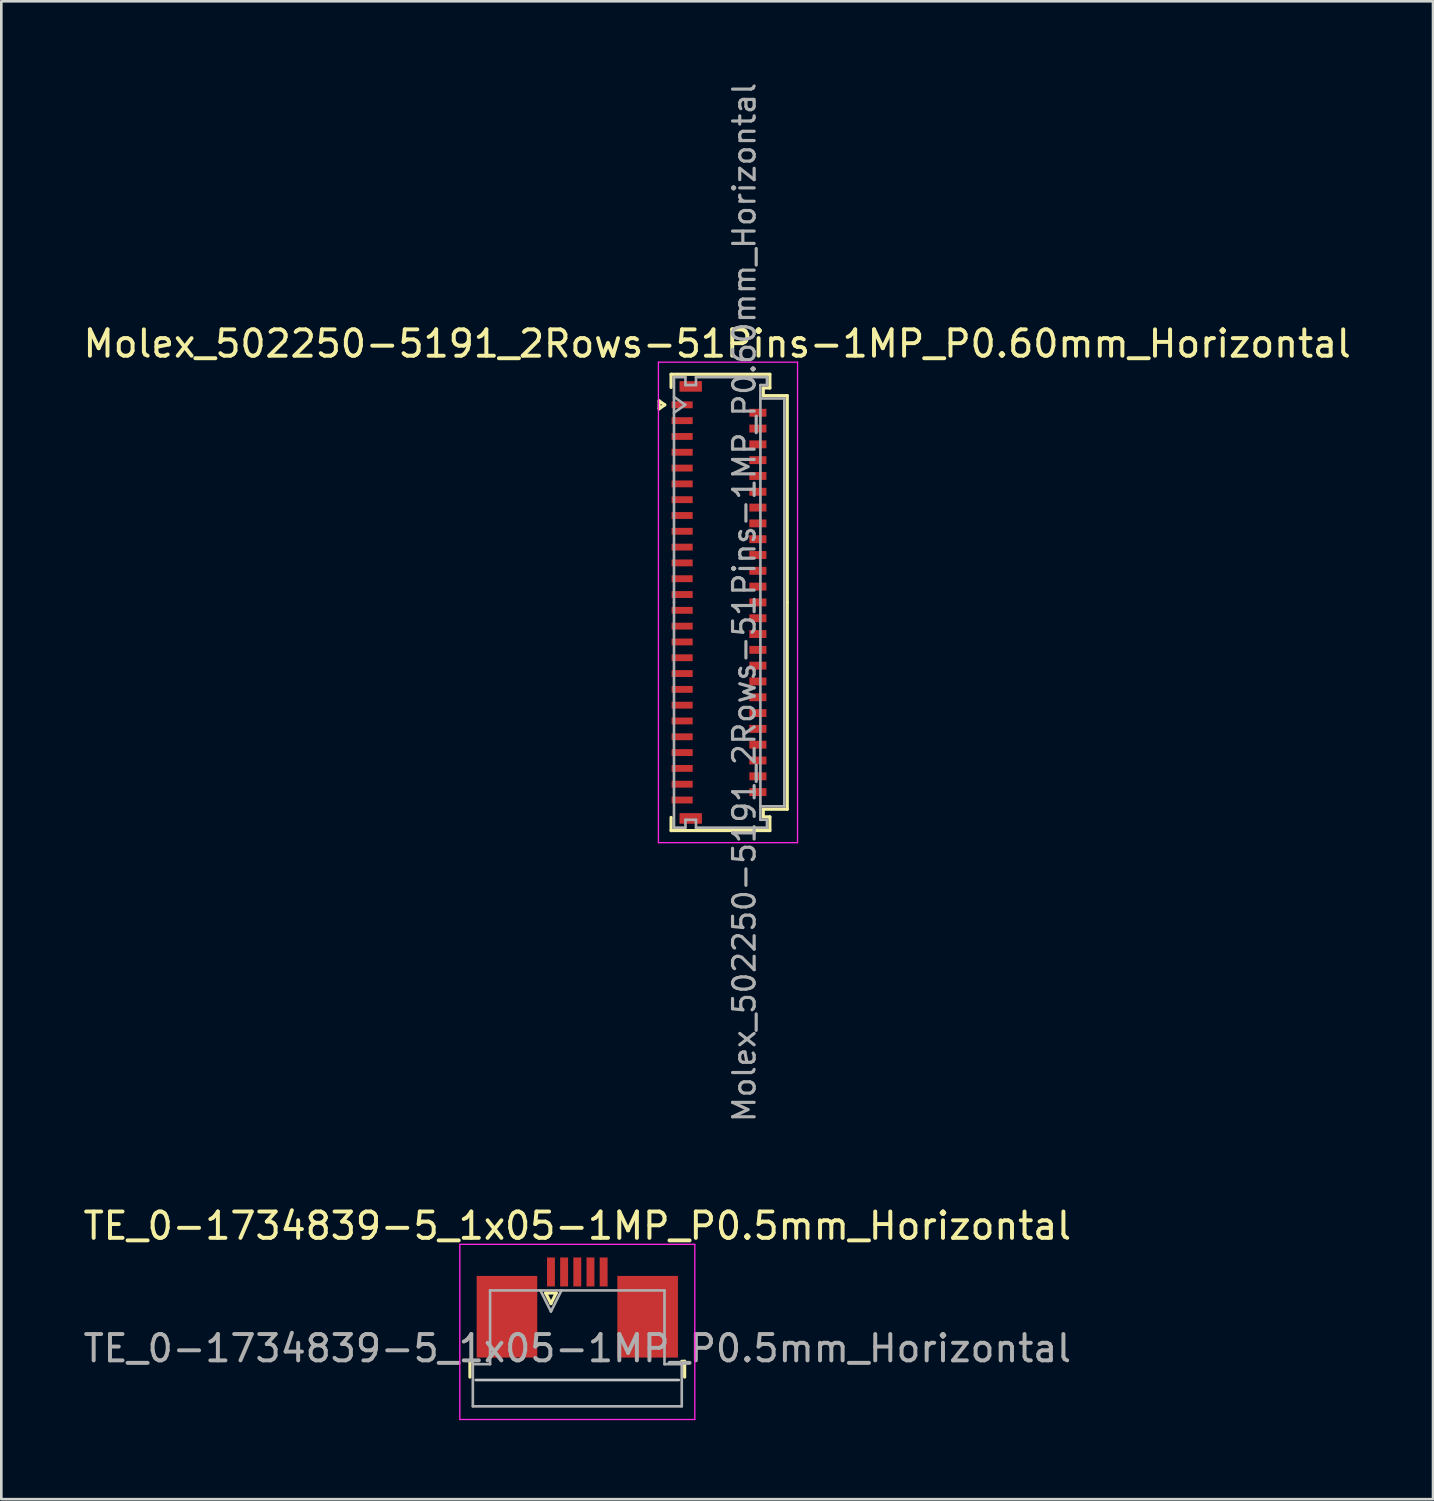
<source format=kicad_pcb>
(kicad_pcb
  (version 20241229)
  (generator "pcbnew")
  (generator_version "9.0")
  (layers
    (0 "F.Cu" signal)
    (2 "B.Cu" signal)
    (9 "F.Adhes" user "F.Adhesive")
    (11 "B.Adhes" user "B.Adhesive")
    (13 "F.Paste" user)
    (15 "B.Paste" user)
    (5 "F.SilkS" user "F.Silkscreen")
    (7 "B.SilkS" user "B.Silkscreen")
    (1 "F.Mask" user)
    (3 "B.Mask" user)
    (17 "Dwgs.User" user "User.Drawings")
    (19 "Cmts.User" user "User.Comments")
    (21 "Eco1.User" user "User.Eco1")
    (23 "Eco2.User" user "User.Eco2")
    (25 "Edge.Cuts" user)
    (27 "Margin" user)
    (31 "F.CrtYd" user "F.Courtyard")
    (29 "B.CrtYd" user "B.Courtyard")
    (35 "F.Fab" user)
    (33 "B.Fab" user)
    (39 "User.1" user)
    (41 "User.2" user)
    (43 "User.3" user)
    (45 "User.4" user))
  (footprint "TE_0-1734839-5_1x05-1MP_P0.5mm_Horizontal"
    (layer "F.Cu")
    (at 18.863 46.582)
    (property "Reference" "TE_0-1734839-5_1x05-1MP_P0.5mm_Horizontal" (at 0 -3.1 0) (layer "F.SilkS") (effects (font (size 1 1) (thickness 0.15))))
    (attr smd)
    (fp_line (start -4.075 2.04) (end -4.075 2.64) (stroke (width 0.12) (type solid)) (layer "F.SilkS"))
    (fp_line (start -3.965 2.04) (end -4.075 2.04) (stroke (width 0.12) (type solid)) (layer "F.SilkS"))
    (fp_line (start -1.2 -0.55) (end -1 -0.15) (stroke (width 0.12) (type solid)) (layer "F.SilkS"))
    (fp_line (start -1 -0.15) (end -0.8 -0.55) (stroke (width 0.12) (type solid)) (layer "F.SilkS"))
    (fp_line (start -0.8 -0.55) (end -1.2 -0.55) (stroke (width 0.12) (type solid)) (layer "F.SilkS"))
    (fp_line (start 3.965 2.04) (end 4.075 2.04) (stroke (width 0.12) (type solid)) (layer "F.SilkS"))
    (fp_line (start 4.075 2.04) (end 4.075 2.64) (stroke (width 0.12) (type solid)) (layer "F.SilkS"))
    (fp_line (start 3.855 2.75) (end -3.855 2.75) (stroke (width 0.1) (type solid)) (layer "Dwgs.User"))
    (fp_line (start -4.46 -2.4) (end -4.46 4.25) (stroke (width 0.05) (type solid)) (layer "F.CrtYd"))
    (fp_line (start -4.46 4.25) (end 4.46 4.25) (stroke (width 0.05) (type solid)) (layer "F.CrtYd"))
    (fp_line (start 4.46 -2.4) (end -4.46 -2.4) (stroke (width 0.05) (type solid)) (layer "F.CrtYd"))
    (fp_line (start 4.46 4.25) (end 4.46 -2.4) (stroke (width 0.05) (type solid)) (layer "F.CrtYd"))
    (fp_line (start -3.965 2.15) (end -3.31 2.15) (stroke (width 0.1) (type solid)) (layer "F.Fab"))
    (fp_line (start -3.965 3.75) (end -3.965 2.15) (stroke (width 0.1) (type solid)) (layer "F.Fab"))
    (fp_line (start -3.31 -0.65) (end 3.31 -0.65) (stroke (width 0.1) (type solid)) (layer "F.Fab"))
    (fp_line (start -3.31 2.15) (end -3.31 -0.65) (stroke (width 0.1) (type solid)) (layer "F.Fab"))
    (fp_line (start -1.4 -0.65) (end -1 0.15) (stroke (width 0.1) (type solid)) (layer "F.Fab"))
    (fp_line (start -1 0.15) (end -0.6 -0.65) (stroke (width 0.1) (type solid)) (layer "F.Fab"))
    (fp_line (start 3.31 -0.65) (end 3.31 2.15) (stroke (width 0.1) (type solid)) (layer "F.Fab"))
    (fp_line (start 3.31 2.15) (end 3.965 2.15) (stroke (width 0.1) (type solid)) (layer "F.Fab"))
    (fp_line (start 3.965 2.15) (end 3.965 3.75) (stroke (width 0.1) (type solid)) (layer "F.Fab"))
    (fp_line (start 3.965 3.75) (end -3.965 3.75) (stroke (width 0.1) (type solid)) (layer "F.Fab"))
    (fp_text user "${REFERENCE}" (at 0 1.55 0) (layer "F.Fab") (effects (font (size 1 1) (thickness 0.15))))
    (pad "1" smd rect (at -1 -1.35) (size 0.3 1.1) (layers "F.Cu" "F.Mask" "F.Paste"))
    (pad "2" smd rect (at -0.5 -1.35) (size 0.3 1.1) (layers "F.Cu" "F.Mask" "F.Paste"))
    (pad "3" smd rect (at 0 -1.35) (size 0.3 1.1) (layers "F.Cu" "F.Mask" "F.Paste"))
    (pad "4" smd rect (at 0.5 -1.35) (size 0.3 1.1) (layers "F.Cu" "F.Mask" "F.Paste"))
    (pad "5" smd rect (at 1 -1.35) (size 0.3 1.1) (layers "F.Cu" "F.Mask" "F.Paste"))
    (pad "MP" smd rect (at -2.67 0.35) (size 2.3 3.1) (layers "F.Cu" "F.Mask" "F.Paste"))
    (pad "MP" smd rect (at 2.67 0.35) (size 2.3 3.1) (layers "F.Cu" "F.Mask" "F.Paste")))
  (footprint "Molex_502250-5191_2Rows-51Pins-1MP_P0.60mm_Horizontal"
    (layer "F.Cu")
    (at 24.243 19.817)
    (property "Reference" "Molex_502250-5191_2Rows-51Pins-1MP_P0.60mm_Horizontal" (at -0.07 -9.82 0) (layer "F.SilkS") (effects (font (size 1 1) (thickness 0.15))))
    (attr smd)
    (fp_line (start -2.272 -7.65) (end -2.06 -7.5) (stroke (width 0.12) (type solid)) (layer "F.SilkS"))
    (fp_line (start -2.272 -7.35) (end -2.272 -7.65) (stroke (width 0.12) (type solid)) (layer "F.SilkS"))
    (fp_line (start -2.06 -7.5) (end -2.272 -7.35) (stroke (width 0.12) (type solid)) (layer "F.SilkS"))
    (fp_line (start -1.82 -8.66) (end 1.93 -8.66) (stroke (width 0.12) (type solid)) (layer "F.SilkS"))
    (fp_line (start -1.82 -8.16) (end -1.82 -8.66) (stroke (width 0.12) (type solid)) (layer "F.SilkS"))
    (fp_line (start -1.82 8.16) (end -1.82 8.66) (stroke (width 0.12) (type solid)) (layer "F.SilkS"))
    (fp_line (start -1.82 8.66) (end 1.93 8.66) (stroke (width 0.12) (type solid)) (layer "F.SilkS"))
    (fp_line (start 1.68 -8.14) (end 1.68 -7.85) (stroke (width 0.12) (type solid)) (layer "F.SilkS"))
    (fp_line (start 1.68 -7.85) (end 2.59 -7.85) (stroke (width 0.12) (type solid)) (layer "F.SilkS"))
    (fp_line (start 1.68 7.85) (end 2.59 7.85) (stroke (width 0.12) (type solid)) (layer "F.SilkS"))
    (fp_line (start 1.68 8.14) (end 1.68 7.85) (stroke (width 0.12) (type solid)) (layer "F.SilkS"))
    (fp_line (start 1.93 -8.66) (end 1.93 -8.14) (stroke (width 0.12) (type solid)) (layer "F.SilkS"))
    (fp_line (start 1.93 -8.14) (end 1.68 -8.14) (stroke (width 0.12) (type solid)) (layer "F.SilkS"))
    (fp_line (start 1.93 8.14) (end 1.68 8.14) (stroke (width 0.12) (type solid)) (layer "F.SilkS"))
    (fp_line (start 1.93 8.66) (end 1.93 8.14) (stroke (width 0.12) (type solid)) (layer "F.SilkS"))
    (fp_line (start 2.59 -7.85) (end 2.59 0) (stroke (width 0.12) (type solid)) (layer "F.SilkS"))
    (fp_line (start 2.59 7.85) (end 2.59 0) (stroke (width 0.12) (type solid)) (layer "F.SilkS"))
    (fp_line (start -2.3 -9.12) (end -2.3 9.12) (stroke (width 0.05) (type solid)) (layer "F.CrtYd"))
    (fp_line (start -2.3 9.12) (end 2.98 9.12) (stroke (width 0.05) (type solid)) (layer "F.CrtYd"))
    (fp_line (start 2.98 -9.12) (end -2.3 -9.12) (stroke (width 0.05) (type solid)) (layer "F.CrtYd"))
    (fp_line (start 2.98 9.12) (end 2.98 -9.12) (stroke (width 0.05) (type solid)) (layer "F.CrtYd"))
    (fp_line (start -1.71 -8.55) (end -1.275 -8.55) (stroke (width 0.1) (type solid)) (layer "F.Fab"))
    (fp_line (start -1.71 -7.8) (end -1.286 -7.5) (stroke (width 0.1) (type solid)) (layer "F.Fab"))
    (fp_line (start -1.71 0) (end -1.71 -8.55) (stroke (width 0.1) (type solid)) (layer "F.Fab"))
    (fp_line (start -1.71 0) (end -1.71 8.55) (stroke (width 0.1) (type solid)) (layer "F.Fab"))
    (fp_line (start -1.71 8.55) (end -1.275 8.55) (stroke (width 0.1) (type solid)) (layer "F.Fab"))
    (fp_line (start -1.286 -7.5) (end -1.71 -7.2) (stroke (width 0.1) (type solid)) (layer "F.Fab"))
    (fp_line (start -1.275 -8.55) (end -1.275 -8.25) (stroke (width 0.1) (type solid)) (layer "F.Fab"))
    (fp_line (start -1.275 -8.25) (end -0.875 -8.25) (stroke (width 0.1) (type solid)) (layer "F.Fab"))
    (fp_line (start -1.275 8.25) (end -0.875 8.25) (stroke (width 0.1) (type solid)) (layer "F.Fab"))
    (fp_line (start -1.275 8.55) (end -1.275 8.25) (stroke (width 0.1) (type solid)) (layer "F.Fab"))
    (fp_line (start -0.875 -8.55) (end 1.82 -8.55) (stroke (width 0.1) (type solid)) (layer "F.Fab"))
    (fp_line (start -0.875 -8.25) (end -0.875 -8.55) (stroke (width 0.1) (type solid)) (layer "F.Fab"))
    (fp_line (start -0.875 8.25) (end -0.875 8.55) (stroke (width 0.1) (type solid)) (layer "F.Fab"))
    (fp_line (start -0.875 8.55) (end 1.82 8.55) (stroke (width 0.1) (type solid)) (layer "F.Fab"))
    (fp_line (start 1.57 -8.25) (end 1.57 0) (stroke (width 0.1) (type solid)) (layer "F.Fab"))
    (fp_line (start 1.57 -7.74) (end 2.48 -7.74) (stroke (width 0.1) (type solid)) (layer "F.Fab"))
    (fp_line (start 1.57 8.25) (end 1.57 0) (stroke (width 0.1) (type solid)) (layer "F.Fab"))
    (fp_line (start 1.82 -8.55) (end 1.82 -8.25) (stroke (width 0.1) (type solid)) (layer "F.Fab"))
    (fp_line (start 1.82 -8.25) (end 1.57 -8.25) (stroke (width 0.1) (type solid)) (layer "F.Fab"))
    (fp_line (start 1.82 8.25) (end 1.57 8.25) (stroke (width 0.1) (type solid)) (layer "F.Fab"))
    (fp_line (start 1.82 8.55) (end 1.82 8.25) (stroke (width 0.1) (type solid)) (layer "F.Fab"))
    (fp_line (start 2.48 -7.74) (end 2.48 7.74) (stroke (width 0.1) (type solid)) (layer "F.Fab"))
    (fp_line (start 2.48 7.74) (end 1.57 7.74) (stroke (width 0.1) (type solid)) (layer "F.Fab"))
    (fp_text user "${REFERENCE}" (at 0.96 0 90) (layer "F.Fab") (effects (font (size 0.82 0.82) (thickness 0.12))))
    (pad "1" smd rect (at -1.4 -7.5) (size 0.8 0.26) (layers "F.Cu" "F.Mask" "F.Paste"))
    (pad "2" smd rect (at 1.475 -7.2) (size 0.65 0.3) (layers "F.Cu" "F.Mask" "F.Paste"))
    (pad "3" smd rect (at -1.4 -6.9) (size 0.8 0.26) (layers "F.Cu" "F.Mask" "F.Paste"))
    (pad "4" smd rect (at 1.475 -6.6) (size 0.65 0.3) (layers "F.Cu" "F.Mask" "F.Paste"))
    (pad "5" smd rect (at -1.4 -6.3) (size 0.8 0.26) (layers "F.Cu" "F.Mask" "F.Paste"))
    (pad "6" smd rect (at 1.475 -6) (size 0.65 0.3) (layers "F.Cu" "F.Mask" "F.Paste"))
    (pad "7" smd rect (at -1.4 -5.7) (size 0.8 0.26) (layers "F.Cu" "F.Mask" "F.Paste"))
    (pad "8" smd rect (at 1.475 -5.4) (size 0.65 0.3) (layers "F.Cu" "F.Mask" "F.Paste"))
    (pad "9" smd rect (at -1.4 -5.1) (size 0.8 0.26) (layers "F.Cu" "F.Mask" "F.Paste"))
    (pad "10" smd rect (at 1.475 -4.8) (size 0.65 0.3) (layers "F.Cu" "F.Mask" "F.Paste"))
    (pad "11" smd rect (at -1.4 -4.5) (size 0.8 0.26) (layers "F.Cu" "F.Mask" "F.Paste"))
    (pad "12" smd rect (at 1.475 -4.2) (size 0.65 0.3) (layers "F.Cu" "F.Mask" "F.Paste"))
    (pad "13" smd rect (at -1.4 -3.9) (size 0.8 0.26) (layers "F.Cu" "F.Mask" "F.Paste"))
    (pad "14" smd rect (at 1.475 -3.6) (size 0.65 0.3) (layers "F.Cu" "F.Mask" "F.Paste"))
    (pad "15" smd rect (at -1.4 -3.3) (size 0.8 0.26) (layers "F.Cu" "F.Mask" "F.Paste"))
    (pad "16" smd rect (at 1.475 -3) (size 0.65 0.3) (layers "F.Cu" "F.Mask" "F.Paste"))
    (pad "17" smd rect (at -1.4 -2.7) (size 0.8 0.26) (layers "F.Cu" "F.Mask" "F.Paste"))
    (pad "18" smd rect (at 1.475 -2.4) (size 0.65 0.3) (layers "F.Cu" "F.Mask" "F.Paste"))
    (pad "19" smd rect (at -1.4 -2.1) (size 0.8 0.26) (layers "F.Cu" "F.Mask" "F.Paste"))
    (pad "20" smd rect (at 1.475 -1.8) (size 0.65 0.3) (layers "F.Cu" "F.Mask" "F.Paste"))
    (pad "21" smd rect (at -1.4 -1.5) (size 0.8 0.26) (layers "F.Cu" "F.Mask" "F.Paste"))
    (pad "22" smd rect (at 1.475 -1.2) (size 0.65 0.3) (layers "F.Cu" "F.Mask" "F.Paste"))
    (pad "23" smd rect (at -1.4 -0.9) (size 0.8 0.26) (layers "F.Cu" "F.Mask" "F.Paste"))
    (pad "24" smd rect (at 1.475 -0.6) (size 0.65 0.3) (layers "F.Cu" "F.Mask" "F.Paste"))
    (pad "25" smd rect (at -1.4 -0.3) (size 0.8 0.26) (layers "F.Cu" "F.Mask" "F.Paste"))
    (pad "26" smd rect (at 1.475 0) (size 0.65 0.3) (layers "F.Cu" "F.Mask" "F.Paste"))
    (pad "27" smd rect (at -1.4 0.3) (size 0.8 0.26) (layers "F.Cu" "F.Mask" "F.Paste"))
    (pad "28" smd rect (at 1.475 0.6) (size 0.65 0.3) (layers "F.Cu" "F.Mask" "F.Paste"))
    (pad "29" smd rect (at -1.4 0.9) (size 0.8 0.26) (layers "F.Cu" "F.Mask" "F.Paste"))
    (pad "30" smd rect (at 1.475 1.2) (size 0.65 0.3) (layers "F.Cu" "F.Mask" "F.Paste"))
    (pad "31" smd rect (at -1.4 1.5) (size 0.8 0.26) (layers "F.Cu" "F.Mask" "F.Paste"))
    (pad "32" smd rect (at 1.475 1.8) (size 0.65 0.3) (layers "F.Cu" "F.Mask" "F.Paste"))
    (pad "33" smd rect (at -1.4 2.1) (size 0.8 0.26) (layers "F.Cu" "F.Mask" "F.Paste"))
    (pad "34" smd rect (at 1.475 2.4) (size 0.65 0.3) (layers "F.Cu" "F.Mask" "F.Paste"))
    (pad "35" smd rect (at -1.4 2.7) (size 0.8 0.26) (layers "F.Cu" "F.Mask" "F.Paste"))
    (pad "36" smd rect (at 1.475 3) (size 0.65 0.3) (layers "F.Cu" "F.Mask" "F.Paste"))
    (pad "37" smd rect (at -1.4 3.3) (size 0.8 0.26) (layers "F.Cu" "F.Mask" "F.Paste"))
    (pad "38" smd rect (at 1.475 3.6) (size 0.65 0.3) (layers "F.Cu" "F.Mask" "F.Paste"))
    (pad "39" smd rect (at -1.4 3.9) (size 0.8 0.26) (layers "F.Cu" "F.Mask" "F.Paste"))
    (pad "40" smd rect (at 1.475 4.2) (size 0.65 0.3) (layers "F.Cu" "F.Mask" "F.Paste"))
    (pad "41" smd rect (at -1.4 4.5) (size 0.8 0.26) (layers "F.Cu" "F.Mask" "F.Paste"))
    (pad "42" smd rect (at 1.475 4.8) (size 0.65 0.3) (layers "F.Cu" "F.Mask" "F.Paste"))
    (pad "43" smd rect (at -1.4 5.1) (size 0.8 0.26) (layers "F.Cu" "F.Mask" "F.Paste"))
    (pad "44" smd rect (at 1.475 5.4) (size 0.65 0.3) (layers "F.Cu" "F.Mask" "F.Paste"))
    (pad "45" smd rect (at -1.4 5.7) (size 0.8 0.26) (layers "F.Cu" "F.Mask" "F.Paste"))
    (pad "46" smd rect (at 1.475 6) (size 0.65 0.3) (layers "F.Cu" "F.Mask" "F.Paste"))
    (pad "47" smd rect (at -1.4 6.3) (size 0.8 0.26) (layers "F.Cu" "F.Mask" "F.Paste"))
    (pad "48" smd rect (at 1.475 6.6) (size 0.65 0.3) (layers "F.Cu" "F.Mask" "F.Paste"))
    (pad "49" smd rect (at -1.4 6.9) (size 0.8 0.26) (layers "F.Cu" "F.Mask" "F.Paste"))
    (pad "50" smd rect (at 1.475 7.2) (size 0.65 0.3) (layers "F.Cu" "F.Mask" "F.Paste"))
    (pad "51" smd rect (at -1.4 7.5) (size 0.8 0.26) (layers "F.Cu" "F.Mask" "F.Paste"))
    (pad "MP" smd rect (at -1.075 -8.2) (size 0.85 0.4) (layers "F.Cu" "F.Mask" "F.Paste"))
    (pad "MP" smd rect (at -1.075 8.2) (size 0.85 0.4) (layers "F.Cu" "F.Mask" "F.Paste")))
  (gr_rect
    (start -3 -3)
    (end 51.345 53.857)
    (stroke (width 0.1) (type default))
    (fill no)
    (layer "Edge.Cuts")))
</source>
